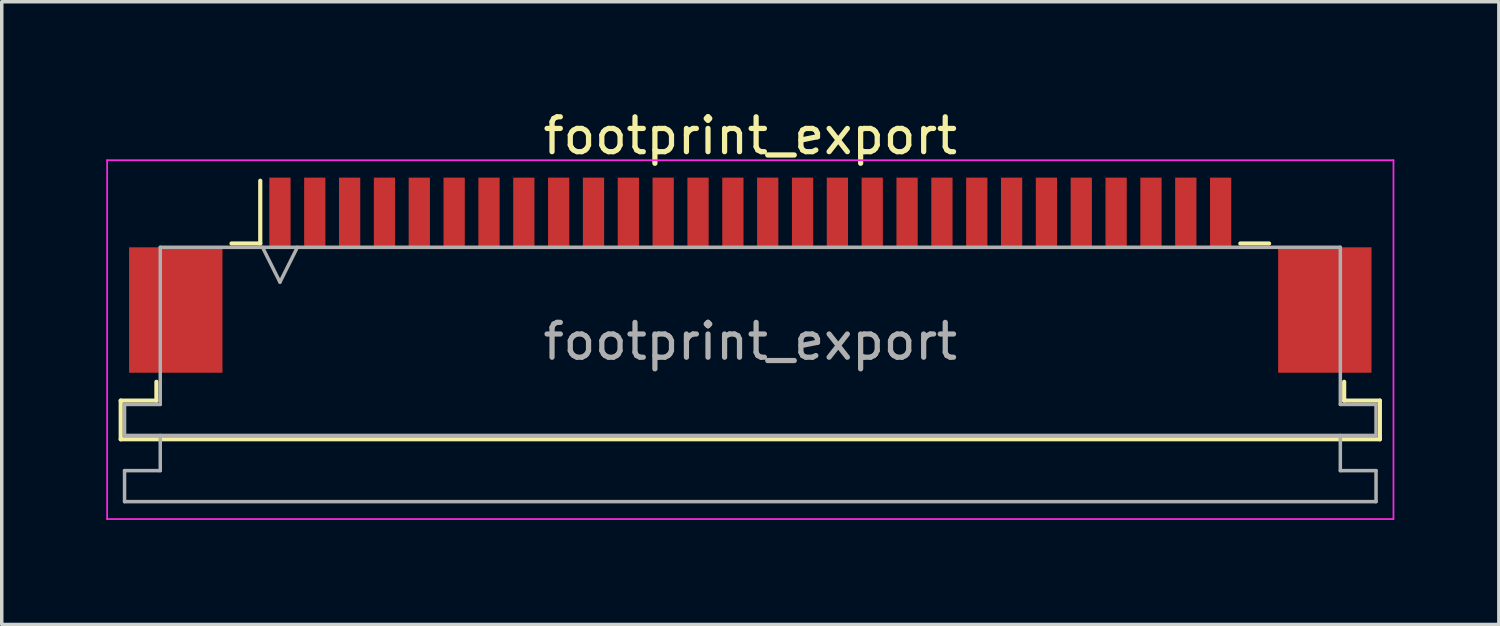
<source format=kicad_pcb>
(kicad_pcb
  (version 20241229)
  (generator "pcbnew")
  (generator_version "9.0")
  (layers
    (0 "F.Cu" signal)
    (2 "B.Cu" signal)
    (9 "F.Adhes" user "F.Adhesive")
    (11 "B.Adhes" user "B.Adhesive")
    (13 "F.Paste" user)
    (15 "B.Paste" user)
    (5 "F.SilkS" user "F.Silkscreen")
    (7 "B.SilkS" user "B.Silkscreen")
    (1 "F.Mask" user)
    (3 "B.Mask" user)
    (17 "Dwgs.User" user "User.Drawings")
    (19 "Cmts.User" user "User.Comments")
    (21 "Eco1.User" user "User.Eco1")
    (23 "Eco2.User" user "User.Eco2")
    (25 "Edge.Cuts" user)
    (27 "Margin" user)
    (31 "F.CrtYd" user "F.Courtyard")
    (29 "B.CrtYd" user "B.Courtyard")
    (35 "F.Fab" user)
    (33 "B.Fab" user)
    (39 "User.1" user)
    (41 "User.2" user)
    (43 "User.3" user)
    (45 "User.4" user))
  (footprint "footprint_export"
    (layer "F.Cu")
    (at 18.485 4.848)
    (property "Reference" "footprint_export" (at 0 -4 0) (layer "F.SilkS") (effects (font (size 1 1) (thickness 0.15))))
    (attr smd)
    (fp_line (start -18.07 3.6) (end -17.045 3.6) (stroke (width 0.12) (type solid)) (layer "F.SilkS"))
    (fp_line (start -18.07 4.71) (end -18.07 3.6) (stroke (width 0.12) (type solid)) (layer "F.SilkS"))
    (fp_line (start -17.045 3.6) (end -17.045 3.06) (stroke (width 0.12) (type solid)) (layer "F.SilkS"))
    (fp_line (start -14.89 -0.91) (end -14.065 -0.91) (stroke (width 0.12) (type solid)) (layer "F.SilkS"))
    (fp_line (start -14.065 -0.91) (end -14.065 -2.71) (stroke (width 0.12) (type solid)) (layer "F.SilkS"))
    (fp_line (start 14.065 -0.91) (end 14.89 -0.91) (stroke (width 0.12) (type solid)) (layer "F.SilkS"))
    (fp_line (start 17.045 3.06) (end 17.045 3.6) (stroke (width 0.12) (type solid)) (layer "F.SilkS"))
    (fp_line (start 17.045 3.6) (end 18.07 3.6) (stroke (width 0.12) (type solid)) (layer "F.SilkS"))
    (fp_line (start 18.07 3.6) (end 18.07 4.71) (stroke (width 0.12) (type solid)) (layer "F.SilkS"))
    (fp_line (start 18.07 4.71) (end -18.07 4.71) (stroke (width 0.12) (type solid)) (layer "F.SilkS"))
    (fp_line (start -18.46 -3.3) (end -18.46 7) (stroke (width 0.05) (type solid)) (layer "F.CrtYd"))
    (fp_line (start -18.46 7) (end 18.46 7) (stroke (width 0.05) (type solid)) (layer "F.CrtYd"))
    (fp_line (start 18.46 -3.3) (end -18.46 -3.3) (stroke (width 0.05) (type solid)) (layer "F.CrtYd"))
    (fp_line (start 18.46 7) (end 18.46 -3.3) (stroke (width 0.05) (type solid)) (layer "F.CrtYd"))
    (fp_line (start -17.96 3.71) (end -16.935 3.71) (stroke (width 0.1) (type solid)) (layer "F.Fab"))
    (fp_line (start -17.96 4.6) (end -17.96 3.71) (stroke (width 0.1) (type solid)) (layer "F.Fab"))
    (fp_line (start -17.96 5.61) (end -16.935 5.61) (stroke (width 0.1) (type solid)) (layer "F.Fab"))
    (fp_line (start -17.96 6.5) (end -17.96 5.61) (stroke (width 0.1) (type solid)) (layer "F.Fab"))
    (fp_line (start -16.935 -0.8) (end 16.935 -0.8) (stroke (width 0.1) (type solid)) (layer "F.Fab"))
    (fp_line (start -16.935 3.71) (end -16.935 -0.8) (stroke (width 0.1) (type solid)) (layer "F.Fab"))
    (fp_line (start -16.935 5.61) (end -16.935 4.6) (stroke (width 0.1) (type solid)) (layer "F.Fab"))
    (fp_line (start -14 -0.8) (end -13.5 0.2) (stroke (width 0.1) (type solid)) (layer "F.Fab"))
    (fp_line (start -13.5 0.2) (end -13 -0.8) (stroke (width 0.1) (type solid)) (layer "F.Fab"))
    (fp_line (start 16.935 -0.8) (end 16.935 3.71) (stroke (width 0.1) (type solid)) (layer "F.Fab"))
    (fp_line (start 16.935 3.71) (end 17.96 3.71) (stroke (width 0.1) (type solid)) (layer "F.Fab"))
    (fp_line (start 16.935 4.6) (end 16.935 5.61) (stroke (width 0.1) (type solid)) (layer "F.Fab"))
    (fp_line (start 16.935 5.61) (end 17.96 5.61) (stroke (width 0.1) (type solid)) (layer "F.Fab"))
    (fp_line (start 17.96 3.71) (end 17.96 4.6) (stroke (width 0.1) (type solid)) (layer "F.Fab"))
    (fp_line (start 17.96 4.6) (end -17.96 4.6) (stroke (width 0.1) (type solid)) (layer "F.Fab"))
    (fp_line (start 17.96 5.61) (end 17.96 6.5) (stroke (width 0.1) (type solid)) (layer "F.Fab"))
    (fp_line (start 17.96 6.5) (end -17.96 6.5) (stroke (width 0.1) (type solid)) (layer "F.Fab"))
    (fp_text user "${REFERENCE}" (at 0 1.9 0) (layer "F.Fab") (effects (font (size 1 1) (thickness 0.15))))
    (pad "1" smd rect (at -13.5 -1.8) (size 0.61 2) (layers "F.Cu" "F.Mask" "F.Paste"))
    (pad "2" smd rect (at -12.5 -1.8) (size 0.61 2) (layers "F.Cu" "F.Mask" "F.Paste"))
    (pad "3" smd rect (at -11.5 -1.8) (size 0.61 2) (layers "F.Cu" "F.Mask" "F.Paste"))
    (pad "4" smd rect (at -10.5 -1.8) (size 0.61 2) (layers "F.Cu" "F.Mask" "F.Paste"))
    (pad "5" smd rect (at -9.5 -1.8) (size 0.61 2) (layers "F.Cu" "F.Mask" "F.Paste"))
    (pad "6" smd rect (at -8.5 -1.8) (size 0.61 2) (layers "F.Cu" "F.Mask" "F.Paste"))
    (pad "7" smd rect (at -7.5 -1.8) (size 0.61 2) (layers "F.Cu" "F.Mask" "F.Paste"))
    (pad "8" smd rect (at -6.5 -1.8) (size 0.61 2) (layers "F.Cu" "F.Mask" "F.Paste"))
    (pad "9" smd rect (at -5.5 -1.8) (size 0.61 2) (layers "F.Cu" "F.Mask" "F.Paste"))
    (pad "10" smd rect (at -4.5 -1.8) (size 0.61 2) (layers "F.Cu" "F.Mask" "F.Paste"))
    (pad "11" smd rect (at -3.5 -1.8) (size 0.61 2) (layers "F.Cu" "F.Mask" "F.Paste"))
    (pad "12" smd rect (at -2.5 -1.8) (size 0.61 2) (layers "F.Cu" "F.Mask" "F.Paste"))
    (pad "13" smd rect (at -1.5 -1.8) (size 0.61 2) (layers "F.Cu" "F.Mask" "F.Paste"))
    (pad "14" smd rect (at -0.5 -1.8) (size 0.61 2) (layers "F.Cu" "F.Mask" "F.Paste"))
    (pad "15" smd rect (at 0.5 -1.8) (size 0.61 2) (layers "F.Cu" "F.Mask" "F.Paste"))
    (pad "16" smd rect (at 1.5 -1.8) (size 0.61 2) (layers "F.Cu" "F.Mask" "F.Paste"))
    (pad "17" smd rect (at 2.5 -1.8) (size 0.61 2) (layers "F.Cu" "F.Mask" "F.Paste"))
    (pad "18" smd rect (at 3.5 -1.8) (size 0.61 2) (layers "F.Cu" "F.Mask" "F.Paste"))
    (pad "19" smd rect (at 4.5 -1.8) (size 0.61 2) (layers "F.Cu" "F.Mask" "F.Paste"))
    (pad "20" smd rect (at 5.5 -1.8) (size 0.61 2) (layers "F.Cu" "F.Mask" "F.Paste"))
    (pad "21" smd rect (at 6.5 -1.8) (size 0.61 2) (layers "F.Cu" "F.Mask" "F.Paste"))
    (pad "22" smd rect (at 7.5 -1.8) (size 0.61 2) (layers "F.Cu" "F.Mask" "F.Paste"))
    (pad "23" smd rect (at 8.5 -1.8) (size 0.61 2) (layers "F.Cu" "F.Mask" "F.Paste"))
    (pad "24" smd rect (at 9.5 -1.8) (size 0.61 2) (layers "F.Cu" "F.Mask" "F.Paste"))
    (pad "25" smd rect (at 10.5 -1.8) (size 0.61 2) (layers "F.Cu" "F.Mask" "F.Paste"))
    (pad "26" smd rect (at 11.5 -1.8) (size 0.61 2) (layers "F.Cu" "F.Mask" "F.Paste"))
    (pad "27" smd rect (at 12.5 -1.8) (size 0.61 2) (layers "F.Cu" "F.Mask" "F.Paste"))
    (pad "28" smd rect (at 13.5 -1.8) (size 0.61 2) (layers "F.Cu" "F.Mask" "F.Paste"))
    (pad "MP" smd rect (at -16.49 1) (size 2.68 3.6) (layers "F.Cu" "F.Mask" "F.Paste"))
    (pad "MP" smd rect (at 16.49 1) (size 2.68 3.6) (layers "F.Cu" "F.Mask" "F.Paste")))
  (gr_rect
    (start -3 -3)
    (end 39.97 14.873)
    (stroke (width 0.1) (type default))
    (fill no)
    (layer "Edge.Cuts")))
</source>
